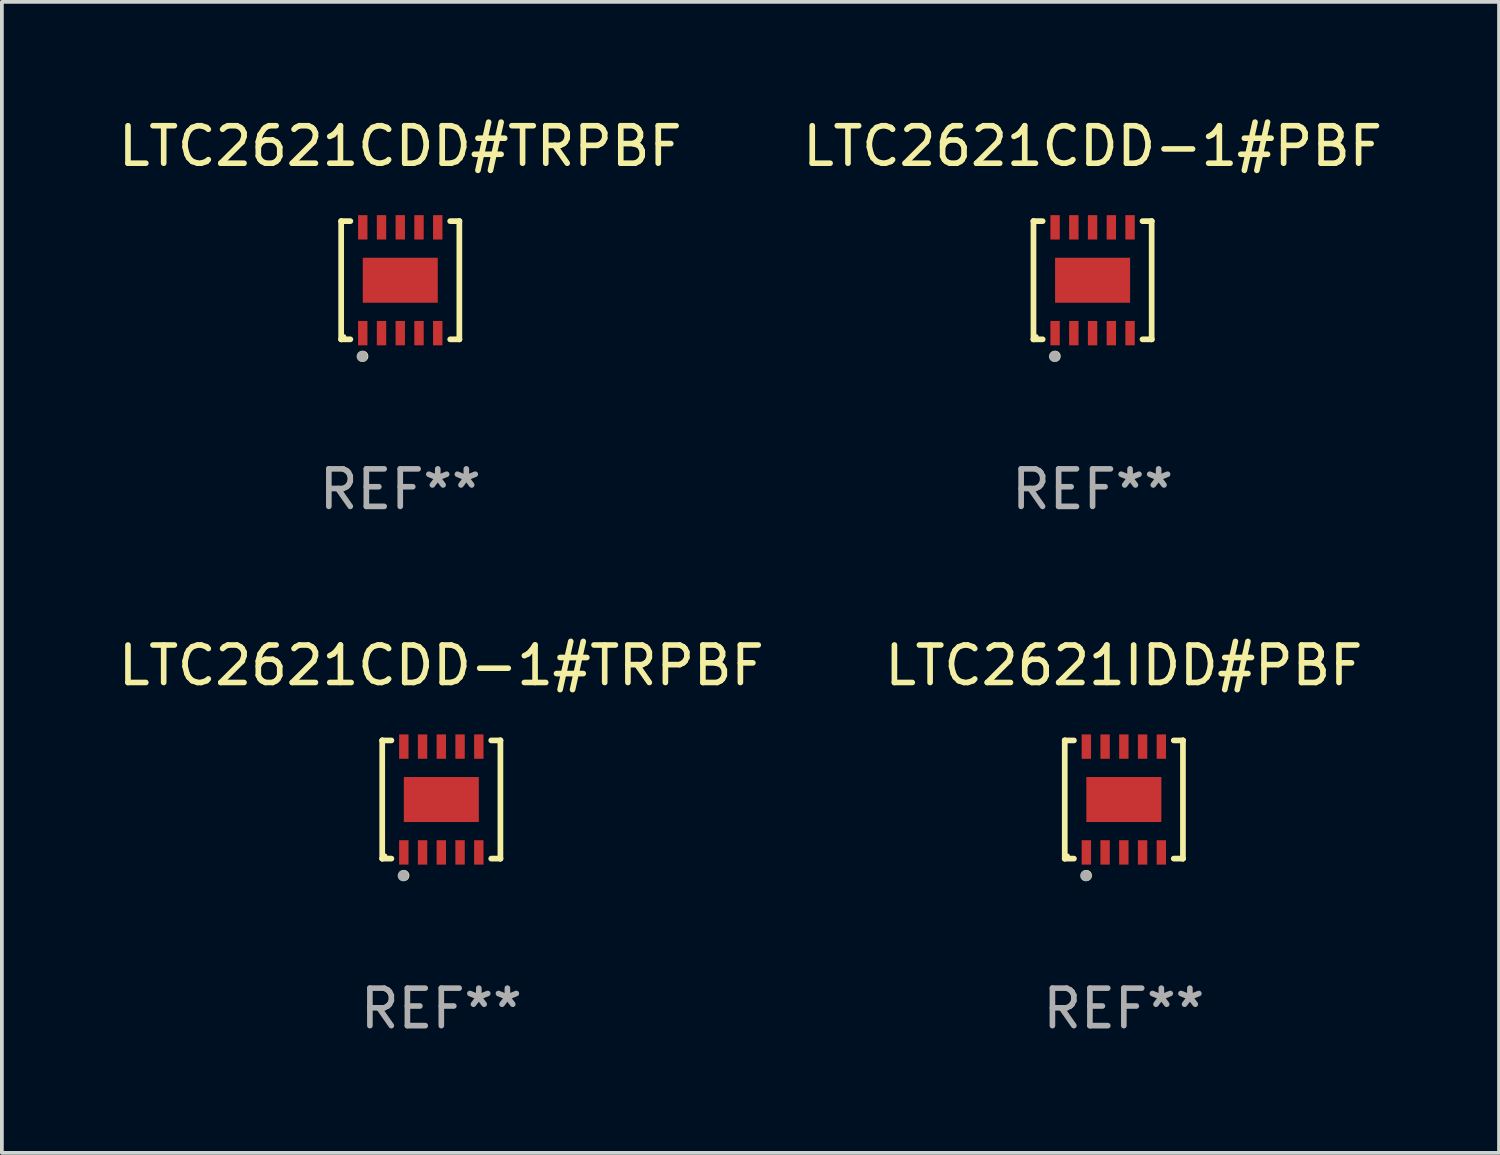
<source format=kicad_pcb>
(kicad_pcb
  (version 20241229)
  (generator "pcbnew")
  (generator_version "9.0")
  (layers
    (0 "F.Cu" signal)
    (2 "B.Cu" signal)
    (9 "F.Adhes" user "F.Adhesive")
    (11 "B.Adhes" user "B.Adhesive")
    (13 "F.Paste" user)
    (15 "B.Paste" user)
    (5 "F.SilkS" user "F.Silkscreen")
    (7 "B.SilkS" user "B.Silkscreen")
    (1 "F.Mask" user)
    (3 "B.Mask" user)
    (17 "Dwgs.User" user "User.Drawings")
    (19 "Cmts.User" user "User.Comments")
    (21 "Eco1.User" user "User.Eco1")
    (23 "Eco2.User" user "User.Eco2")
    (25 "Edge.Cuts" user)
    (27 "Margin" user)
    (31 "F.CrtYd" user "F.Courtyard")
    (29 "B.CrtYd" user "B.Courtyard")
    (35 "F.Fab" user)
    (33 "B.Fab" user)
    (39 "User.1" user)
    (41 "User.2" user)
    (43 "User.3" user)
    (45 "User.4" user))
  (footprint "LTC2621CDD-1#TRPBF"
    (layer "F.Cu")
    (at 8.72 18.273)
    (property "Reference" "LTC2621CDD-1#TRPBF" (at 0 -3.576 0) (layer "F.SilkS") (effects (font (size 1 1) (thickness 0.15))))
    (attr through_hole)
    (fp_line (start -1.576 -1.576) (end -1.576 -1.576) (stroke (width 0.152) (type solid)) (layer "F.SilkS"))
    (fp_line (start -1.576 -1.576) (end -1.331 -1.576) (stroke (width 0.152) (type solid)) (layer "F.SilkS"))
    (fp_line (start -1.576 1.576) (end -1.576 -1.576) (stroke (width 0.152) (type solid)) (layer "F.SilkS"))
    (fp_line (start -1.576 1.576) (end -1.576 1.576) (stroke (width 0.152) (type solid)) (layer "F.SilkS"))
    (fp_line (start -1.331 1.576) (end -1.576 1.576) (stroke (width 0.152) (type solid)) (layer "F.SilkS"))
    (fp_line (start 1.331 1.576) (end 1.576 1.576) (stroke (width 0.152) (type solid)) (layer "F.SilkS"))
    (fp_line (start 1.576 -1.576) (end 1.331 -1.576) (stroke (width 0.152) (type solid)) (layer "F.SilkS"))
    (fp_line (start 1.576 -1.576) (end 1.576 -1.576) (stroke (width 0.152) (type solid)) (layer "F.SilkS"))
    (fp_line (start 1.576 1.576) (end 1.576 -1.576) (stroke (width 0.152) (type solid)) (layer "F.SilkS"))
    (fp_line (start 1.576 1.576) (end 1.576 1.576) (stroke (width 0.152) (type solid)) (layer "F.SilkS"))
    (fp_circle (center -1.5 1.5) (end -1.47 1.5) (stroke (width 0.06) (type solid)) (fill no) (layer "F.SilkS"))
    (fp_circle (center -1 2.028) (end -0.925 2.028) (stroke (width 0.15) (type solid)) (fill no) (layer "F.SilkS"))
    (fp_circle (center -1.016 2.032) (end -0.941 2.032) (stroke (width 0.15) (type solid)) (fill no) (layer "F.Fab"))
    (fp_text user "REF**" (at 0 5.576 0) (layer "F.Fab") (effects (font (size 1 1) (thickness 0.15))))
    (pad "1" smd rect (at -1 1.411) (size 0.25 0.65) (layers "F.Cu" "F.Mask" "F.Paste"))
    (pad "2" smd rect (at -0.5 1.411) (size 0.25 0.65) (layers "F.Cu" "F.Mask" "F.Paste"))
    (pad "3" smd rect (at 0 1.411) (size 0.25 0.65) (layers "F.Cu" "F.Mask" "F.Paste"))
    (pad "4" smd rect (at 0.5 1.411) (size 0.25 0.65) (layers "F.Cu" "F.Mask" "F.Paste"))
    (pad "5" smd rect (at 1 1.411) (size 0.25 0.65) (layers "F.Cu" "F.Mask" "F.Paste"))
    (pad "6" smd rect (at 1 -1.411) (size 0.25 0.65) (layers "F.Cu" "F.Mask" "F.Paste"))
    (pad "7" smd rect (at 0.5 -1.411) (size 0.25 0.65) (layers "F.Cu" "F.Mask" "F.Paste"))
    (pad "8" smd rect (at 0 -1.411) (size 0.25 0.65) (layers "F.Cu" "F.Mask" "F.Paste"))
    (pad "9" smd rect (at -0.5 -1.411) (size 0.25 0.65) (layers "F.Cu" "F.Mask" "F.Paste"))
    (pad "10" smd rect (at -1 -1.411) (size 0.25 0.65) (layers "F.Cu" "F.Mask" "F.Paste"))
    (pad "11" smd rect (at 0 0) (size 2 1.2) (layers "F.Cu" "F.Mask" "F.Paste")))
  (footprint "LTC2621CDD-1#PBF"
    (layer "F.Cu")
    (at 26.089 4.424)
    (property "Reference" "LTC2621CDD-1#PBF" (at 0 -3.576 0) (layer "F.SilkS") (effects (font (size 1 1) (thickness 0.15))))
    (attr through_hole)
    (fp_line (start -1.576 -1.576) (end -1.576 -1.576) (stroke (width 0.152) (type solid)) (layer "F.SilkS"))
    (fp_line (start -1.576 -1.576) (end -1.331 -1.576) (stroke (width 0.152) (type solid)) (layer "F.SilkS"))
    (fp_line (start -1.576 1.576) (end -1.576 -1.576) (stroke (width 0.152) (type solid)) (layer "F.SilkS"))
    (fp_line (start -1.576 1.576) (end -1.576 1.576) (stroke (width 0.152) (type solid)) (layer "F.SilkS"))
    (fp_line (start -1.331 1.576) (end -1.576 1.576) (stroke (width 0.152) (type solid)) (layer "F.SilkS"))
    (fp_line (start 1.331 1.576) (end 1.576 1.576) (stroke (width 0.152) (type solid)) (layer "F.SilkS"))
    (fp_line (start 1.576 -1.576) (end 1.331 -1.576) (stroke (width 0.152) (type solid)) (layer "F.SilkS"))
    (fp_line (start 1.576 -1.576) (end 1.576 -1.576) (stroke (width 0.152) (type solid)) (layer "F.SilkS"))
    (fp_line (start 1.576 1.576) (end 1.576 -1.576) (stroke (width 0.152) (type solid)) (layer "F.SilkS"))
    (fp_line (start 1.576 1.576) (end 1.576 1.576) (stroke (width 0.152) (type solid)) (layer "F.SilkS"))
    (fp_circle (center -1.5 1.5) (end -1.47 1.5) (stroke (width 0.06) (type solid)) (fill no) (layer "F.SilkS"))
    (fp_circle (center -1 2.028) (end -0.925 2.028) (stroke (width 0.15) (type solid)) (fill no) (layer "F.SilkS"))
    (fp_circle (center -1.016 2.032) (end -0.941 2.032) (stroke (width 0.15) (type solid)) (fill no) (layer "F.Fab"))
    (fp_text user "REF**" (at 0 5.576 0) (layer "F.Fab") (effects (font (size 1 1) (thickness 0.15))))
    (pad "1" smd rect (at -1 1.411) (size 0.25 0.65) (layers "F.Cu" "F.Mask" "F.Paste"))
    (pad "2" smd rect (at -0.5 1.411) (size 0.25 0.65) (layers "F.Cu" "F.Mask" "F.Paste"))
    (pad "3" smd rect (at 0 1.411) (size 0.25 0.65) (layers "F.Cu" "F.Mask" "F.Paste"))
    (pad "4" smd rect (at 0.5 1.411) (size 0.25 0.65) (layers "F.Cu" "F.Mask" "F.Paste"))
    (pad "5" smd rect (at 1 1.411) (size 0.25 0.65) (layers "F.Cu" "F.Mask" "F.Paste"))
    (pad "6" smd rect (at 1 -1.411) (size 0.25 0.65) (layers "F.Cu" "F.Mask" "F.Paste"))
    (pad "7" smd rect (at 0.5 -1.411) (size 0.25 0.65) (layers "F.Cu" "F.Mask" "F.Paste"))
    (pad "8" smd rect (at 0 -1.411) (size 0.25 0.65) (layers "F.Cu" "F.Mask" "F.Paste"))
    (pad "9" smd rect (at -0.5 -1.411) (size 0.25 0.65) (layers "F.Cu" "F.Mask" "F.Paste"))
    (pad "10" smd rect (at -1 -1.411) (size 0.25 0.65) (layers "F.Cu" "F.Mask" "F.Paste"))
    (pad "11" smd rect (at 0 0) (size 2 1.2) (layers "F.Cu" "F.Mask" "F.Paste")))
  (footprint "LTC2621IDD#PBF"
    (layer "F.Cu")
    (at 26.923 18.273)
    (property "Reference" "LTC2621IDD#PBF" (at 0 -3.576 0) (layer "F.SilkS") (effects (font (size 1 1) (thickness 0.15))))
    (attr through_hole)
    (fp_line (start -1.576 -1.576) (end -1.576 -1.576) (stroke (width 0.152) (type solid)) (layer "F.SilkS"))
    (fp_line (start -1.576 -1.576) (end -1.331 -1.576) (stroke (width 0.152) (type solid)) (layer "F.SilkS"))
    (fp_line (start -1.576 1.576) (end -1.576 -1.576) (stroke (width 0.152) (type solid)) (layer "F.SilkS"))
    (fp_line (start -1.576 1.576) (end -1.576 1.576) (stroke (width 0.152) (type solid)) (layer "F.SilkS"))
    (fp_line (start -1.331 1.576) (end -1.576 1.576) (stroke (width 0.152) (type solid)) (layer "F.SilkS"))
    (fp_line (start 1.331 1.576) (end 1.576 1.576) (stroke (width 0.152) (type solid)) (layer "F.SilkS"))
    (fp_line (start 1.576 -1.576) (end 1.331 -1.576) (stroke (width 0.152) (type solid)) (layer "F.SilkS"))
    (fp_line (start 1.576 -1.576) (end 1.576 -1.576) (stroke (width 0.152) (type solid)) (layer "F.SilkS"))
    (fp_line (start 1.576 1.576) (end 1.576 -1.576) (stroke (width 0.152) (type solid)) (layer "F.SilkS"))
    (fp_line (start 1.576 1.576) (end 1.576 1.576) (stroke (width 0.152) (type solid)) (layer "F.SilkS"))
    (fp_circle (center -1.5 1.5) (end -1.47 1.5) (stroke (width 0.06) (type solid)) (fill no) (layer "F.SilkS"))
    (fp_circle (center -1 2.028) (end -0.925 2.028) (stroke (width 0.15) (type solid)) (fill no) (layer "F.SilkS"))
    (fp_circle (center -1.016 2.032) (end -0.941 2.032) (stroke (width 0.15) (type solid)) (fill no) (layer "F.Fab"))
    (fp_text user "REF**" (at 0 5.576 0) (layer "F.Fab") (effects (font (size 1 1) (thickness 0.15))))
    (pad "1" smd rect (at -1 1.411) (size 0.25 0.65) (layers "F.Cu" "F.Mask" "F.Paste"))
    (pad "2" smd rect (at -0.5 1.411) (size 0.25 0.65) (layers "F.Cu" "F.Mask" "F.Paste"))
    (pad "3" smd rect (at 0 1.411) (size 0.25 0.65) (layers "F.Cu" "F.Mask" "F.Paste"))
    (pad "4" smd rect (at 0.5 1.411) (size 0.25 0.65) (layers "F.Cu" "F.Mask" "F.Paste"))
    (pad "5" smd rect (at 1 1.411) (size 0.25 0.65) (layers "F.Cu" "F.Mask" "F.Paste"))
    (pad "6" smd rect (at 1 -1.411) (size 0.25 0.65) (layers "F.Cu" "F.Mask" "F.Paste"))
    (pad "7" smd rect (at 0.5 -1.411) (size 0.25 0.65) (layers "F.Cu" "F.Mask" "F.Paste"))
    (pad "8" smd rect (at 0 -1.411) (size 0.25 0.65) (layers "F.Cu" "F.Mask" "F.Paste"))
    (pad "9" smd rect (at -0.5 -1.411) (size 0.25 0.65) (layers "F.Cu" "F.Mask" "F.Paste"))
    (pad "10" smd rect (at -1 -1.411) (size 0.25 0.65) (layers "F.Cu" "F.Mask" "F.Paste"))
    (pad "11" smd rect (at 0 0) (size 2 1.2) (layers "F.Cu" "F.Mask" "F.Paste")))
  (footprint "LTC2621CDD#TRPBF"
    (layer "F.Cu")
    (at 7.625 4.424)
    (property "Reference" "LTC2621CDD#TRPBF" (at 0 -3.576 0) (layer "F.SilkS") (effects (font (size 1 1) (thickness 0.15))))
    (attr through_hole)
    (fp_line (start -1.576 -1.576) (end -1.576 -1.576) (stroke (width 0.152) (type solid)) (layer "F.SilkS"))
    (fp_line (start -1.576 -1.576) (end -1.331 -1.576) (stroke (width 0.152) (type solid)) (layer "F.SilkS"))
    (fp_line (start -1.576 1.576) (end -1.576 -1.576) (stroke (width 0.152) (type solid)) (layer "F.SilkS"))
    (fp_line (start -1.576 1.576) (end -1.576 1.576) (stroke (width 0.152) (type solid)) (layer "F.SilkS"))
    (fp_line (start -1.331 1.576) (end -1.576 1.576) (stroke (width 0.152) (type solid)) (layer "F.SilkS"))
    (fp_line (start 1.331 1.576) (end 1.576 1.576) (stroke (width 0.152) (type solid)) (layer "F.SilkS"))
    (fp_line (start 1.576 -1.576) (end 1.331 -1.576) (stroke (width 0.152) (type solid)) (layer "F.SilkS"))
    (fp_line (start 1.576 -1.576) (end 1.576 -1.576) (stroke (width 0.152) (type solid)) (layer "F.SilkS"))
    (fp_line (start 1.576 1.576) (end 1.576 -1.576) (stroke (width 0.152) (type solid)) (layer "F.SilkS"))
    (fp_line (start 1.576 1.576) (end 1.576 1.576) (stroke (width 0.152) (type solid)) (layer "F.SilkS"))
    (fp_circle (center -1.5 1.5) (end -1.47 1.5) (stroke (width 0.06) (type solid)) (fill no) (layer "F.SilkS"))
    (fp_circle (center -1 2.028) (end -0.925 2.028) (stroke (width 0.15) (type solid)) (fill no) (layer "F.SilkS"))
    (fp_circle (center -1.016 2.032) (end -0.941 2.032) (stroke (width 0.15) (type solid)) (fill no) (layer "F.Fab"))
    (fp_text user "REF**" (at 0 5.576 0) (layer "F.Fab") (effects (font (size 1 1) (thickness 0.15))))
    (pad "1" smd rect (at -1 1.411) (size 0.25 0.65) (layers "F.Cu" "F.Mask" "F.Paste"))
    (pad "2" smd rect (at -0.5 1.411) (size 0.25 0.65) (layers "F.Cu" "F.Mask" "F.Paste"))
    (pad "3" smd rect (at 0 1.411) (size 0.25 0.65) (layers "F.Cu" "F.Mask" "F.Paste"))
    (pad "4" smd rect (at 0.5 1.411) (size 0.25 0.65) (layers "F.Cu" "F.Mask" "F.Paste"))
    (pad "5" smd rect (at 1 1.411) (size 0.25 0.65) (layers "F.Cu" "F.Mask" "F.Paste"))
    (pad "6" smd rect (at 1 -1.411) (size 0.25 0.65) (layers "F.Cu" "F.Mask" "F.Paste"))
    (pad "7" smd rect (at 0.5 -1.411) (size 0.25 0.65) (layers "F.Cu" "F.Mask" "F.Paste"))
    (pad "8" smd rect (at 0 -1.411) (size 0.25 0.65) (layers "F.Cu" "F.Mask" "F.Paste"))
    (pad "9" smd rect (at -0.5 -1.411) (size 0.25 0.65) (layers "F.Cu" "F.Mask" "F.Paste"))
    (pad "10" smd rect (at -1 -1.411) (size 0.25 0.65) (layers "F.Cu" "F.Mask" "F.Paste"))
    (pad "11" smd rect (at 0 0) (size 2 1.2) (layers "F.Cu" "F.Mask" "F.Paste")))
  (gr_rect
    (start -3 -3)
    (end 36.929 27.698)
    (stroke (width 0.1) (type default))
    (fill no)
    (layer "Edge.Cuts")))
</source>
